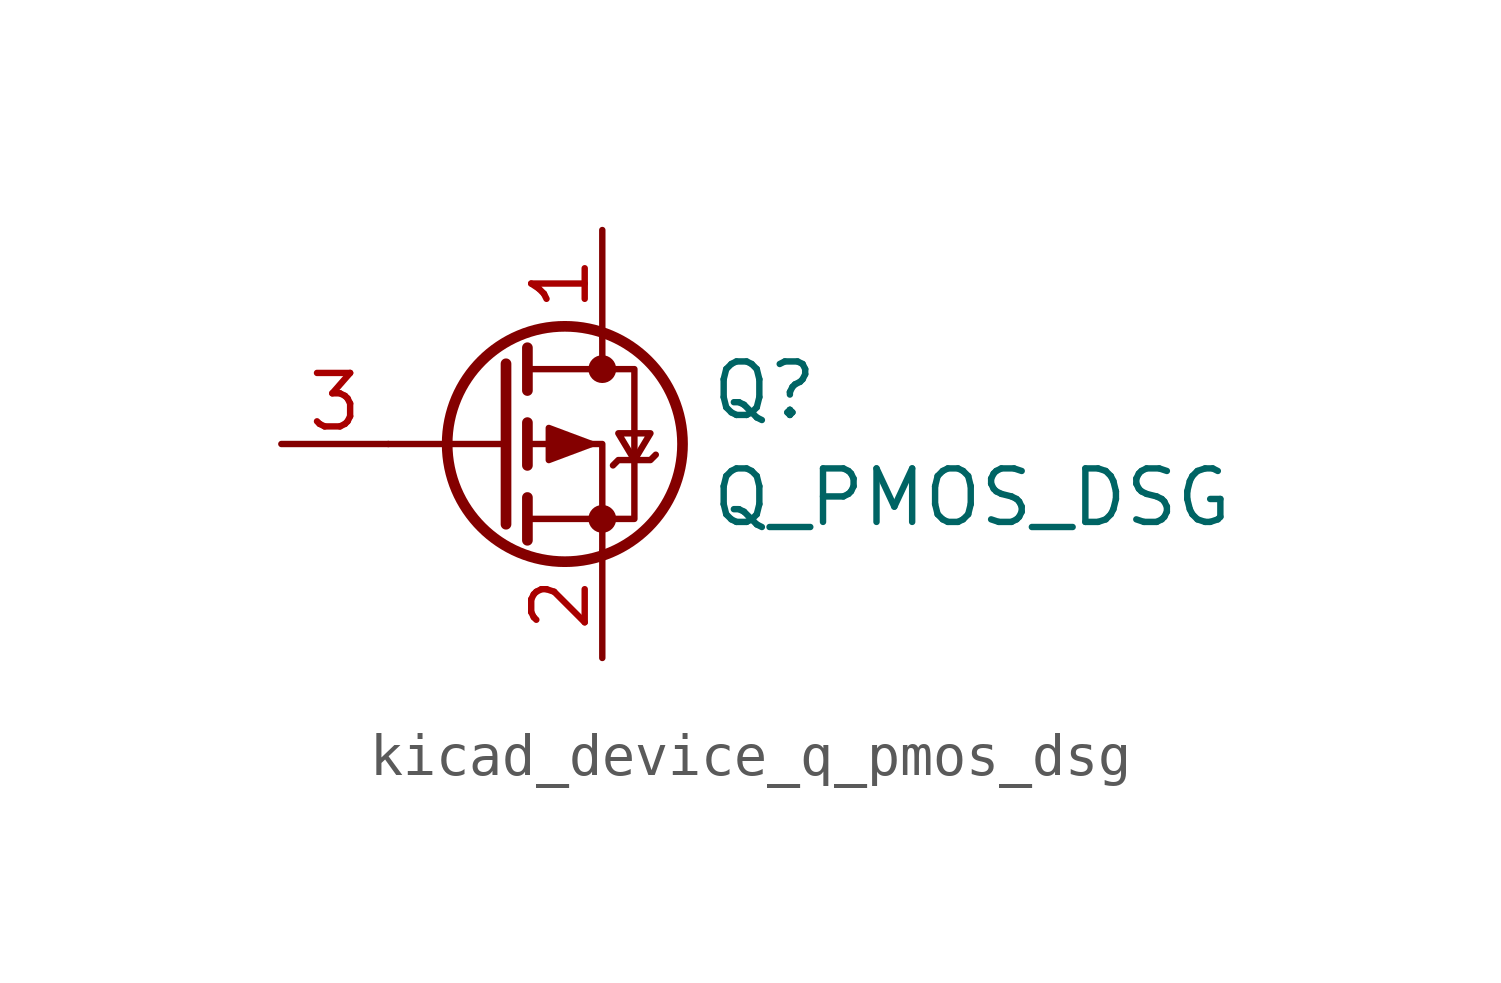
<source format=kicad_sym>
(kicad_symbol_lib
  (version 20220914)
  (generator kicad_symbol_editor)
  (symbol "kicad_device_q_pmos_dsg"
    (pin_names
      (offset 0) hide)
    (property "Reference" "Q"
      (at 5.08 1.27 0)
      (effects (font (size 1.27 1.27)) (justify left)))
    (property "Value" "Q_PMOS_DSG"
      (at 5.08 -1.27 0)
      (effects (font (size 1.27 1.27)) (justify left)))
    (symbol "kicad_device_q_pmos_dsg_0_1"
      (polyline (pts (xy 0.254 0) (xy -2.54 0)) (stroke (width 0) (type default)) (fill (type none)))
      (polyline (pts (xy 0.254 1.905) (xy 0.254 -1.905)) (stroke (width 0.254) (type default)) (fill (type none)))
      (polyline (pts (xy 0.762 -1.27) (xy 0.762 -2.286)) (stroke (width 0.254) (type default)) (fill (type none)))
      (polyline (pts (xy 0.762 0.508) (xy 0.762 -0.508)) (stroke (width 0.254) (type default)) (fill (type none)))
      (polyline (pts (xy 0.762 2.286) (xy 0.762 1.27)) (stroke (width 0.254) (type default)) (fill (type none)))
      (polyline (pts (xy 2.54 2.54) (xy 2.54 1.778)) (stroke (width 0) (type default)) (fill (type none)))
      (polyline (pts (xy 2.54 -2.54) (xy 2.54 0) (xy 0.762 0)) (stroke (width 0) (type default)) (fill (type none)))
      (polyline (pts (xy 0.762 1.778) (xy 3.302 1.778) (xy 3.302 -1.778) (xy 0.762 -1.778)) (stroke (width 0) (type default)) (fill (type none)))
      (polyline (pts (xy 2.286 0) (xy 1.27 0.381) (xy 1.27 -0.381) (xy 2.286 0)) (stroke (width 0) (type default)) (fill (type outline)))
      (polyline (pts (xy 2.794 -0.508) (xy 2.921 -0.381) (xy 3.683 -0.381) (xy 3.81 -0.254)) (stroke (width 0) (type default)) (fill (type none)))
      (polyline (pts (xy 3.302 -0.381) (xy 2.921 0.254) (xy 3.683 0.254) (xy 3.302 -0.381)) (stroke (width 0) (type default)) (fill (type none)))
      (circle (center 1.651 0) (radius 2.794) (stroke (width 0.254) (type default)) (fill (type none)))
      (circle (center 2.54 -1.778) (radius 0.254) (stroke (width 0) (type default)) (fill (type outline)))
      (circle (center 2.54 1.778) (radius 0.254) (stroke (width 0) (type default)) (fill (type outline))))
    (symbol "kicad_device_q_pmos_dsg_1_1"
      (pin passive line (at 2.54 5.08 270) (length 2.54) (name "D" (effects (font (size 1.27 1.27)))) (number "1" (effects (font (size 1.27 1.27)))))
      (pin passive line (at 2.54 -5.08 90) (length 2.54) (name "S" (effects (font (size 1.27 1.27)))) (number "2" (effects (font (size 1.27 1.27)))))
      (pin input line (at -5.08 0 0) (length 2.54) (name "G" (effects (font (size 1.27 1.27)))) (number "3" (effects (font (size 1.27 1.27))))))))
</source>
